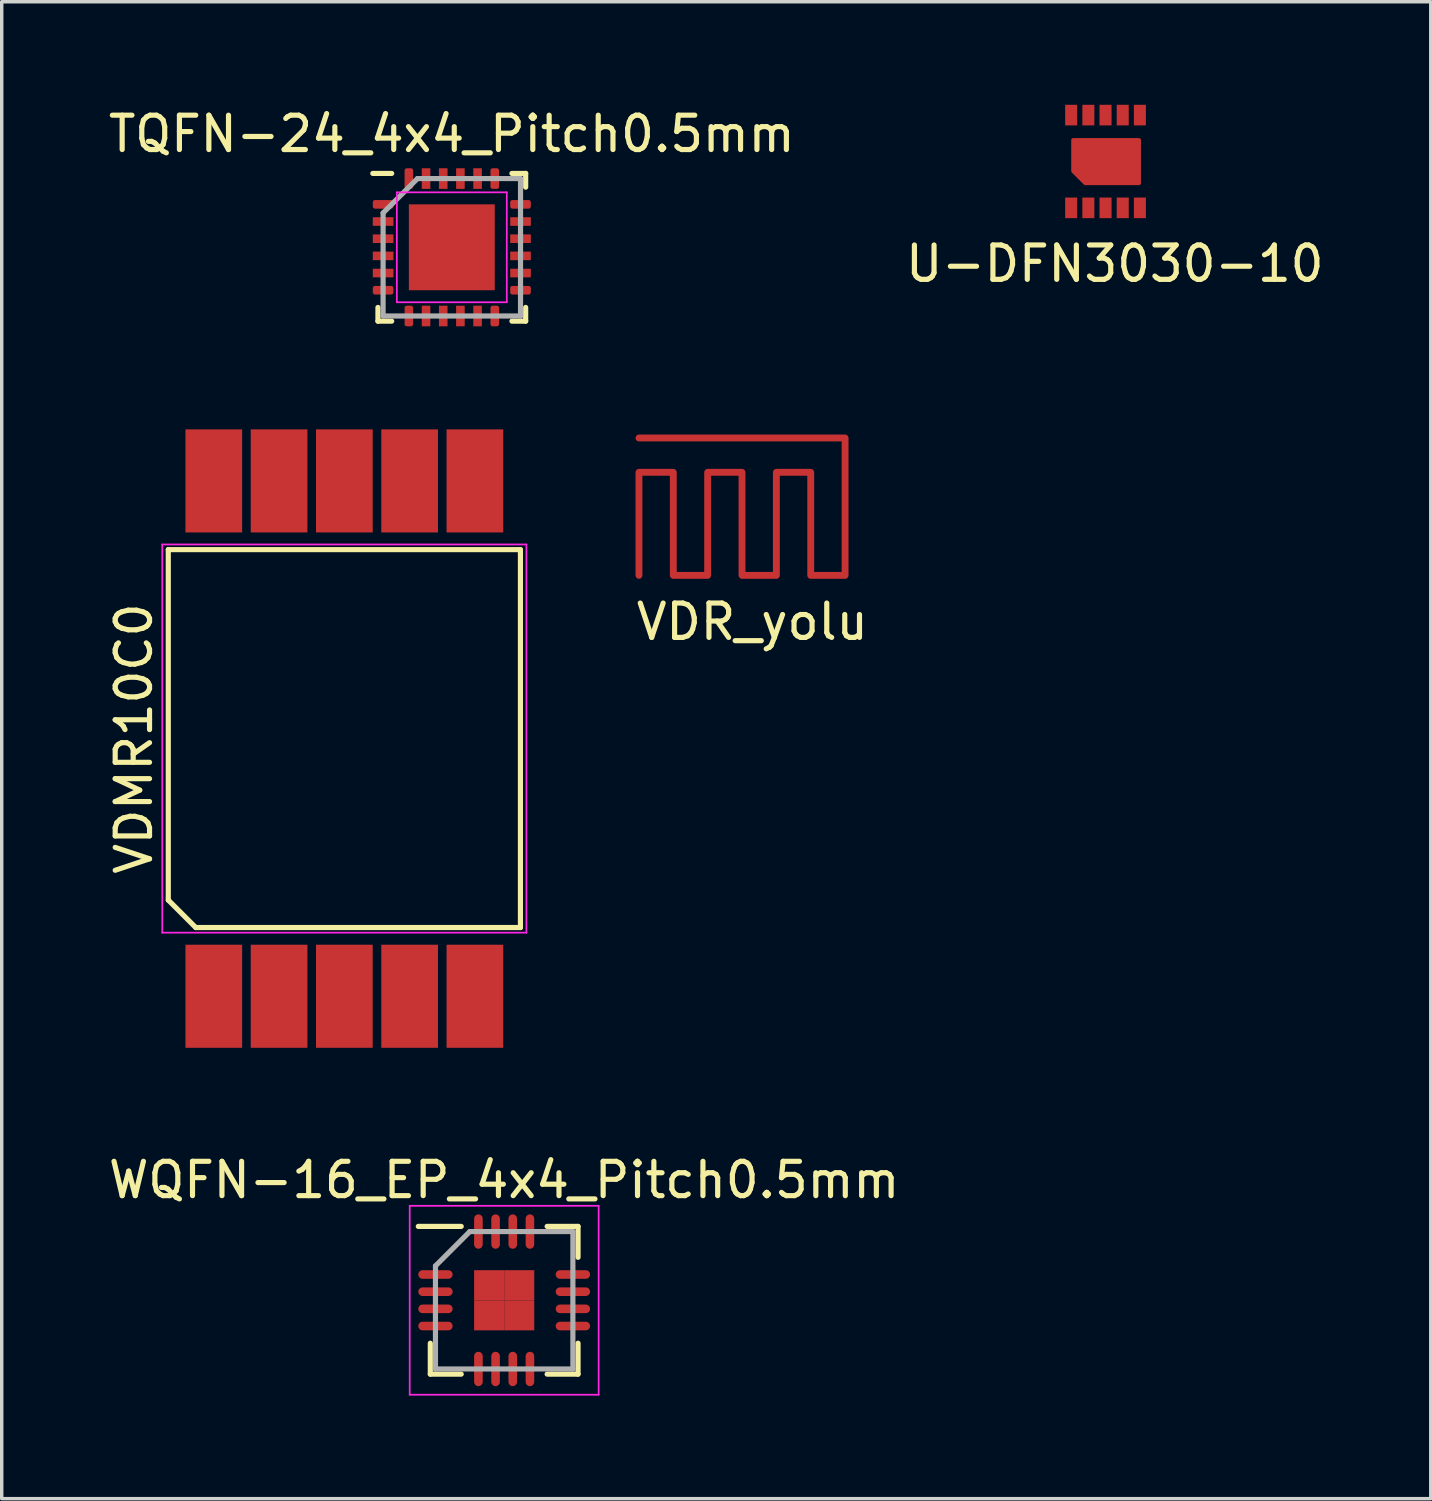
<source format=kicad_pcb>
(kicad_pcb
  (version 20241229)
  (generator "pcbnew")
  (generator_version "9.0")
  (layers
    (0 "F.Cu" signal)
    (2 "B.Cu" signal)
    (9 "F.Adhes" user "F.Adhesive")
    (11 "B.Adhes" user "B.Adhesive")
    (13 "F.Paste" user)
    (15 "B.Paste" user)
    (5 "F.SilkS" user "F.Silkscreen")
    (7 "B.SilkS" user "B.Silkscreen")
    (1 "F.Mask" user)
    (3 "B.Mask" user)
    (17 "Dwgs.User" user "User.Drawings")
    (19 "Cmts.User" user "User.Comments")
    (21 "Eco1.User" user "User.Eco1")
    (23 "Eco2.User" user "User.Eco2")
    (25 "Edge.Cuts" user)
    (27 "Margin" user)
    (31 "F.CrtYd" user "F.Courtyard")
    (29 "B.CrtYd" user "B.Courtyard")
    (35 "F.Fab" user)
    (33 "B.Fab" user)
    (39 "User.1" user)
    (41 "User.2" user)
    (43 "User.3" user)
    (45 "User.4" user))
  (footprint "U-DFN3030-10"
    (layer "F.Cu")
    (at 28.129 3)
    (property "Reference" "U-DFN3030-10" (at 1.27 1.626 0) (layer "F.SilkS") (effects (font (size 1 1) (thickness 0.15))))
    (attr through_hole)
    (pad "1" smd rect (at 0 0) (size 0.35 0.6) (layers "F.Cu" "F.Mask" "F.Paste"))
    (pad "2" smd rect (at 0.5 0) (size 0.35 0.6) (layers "F.Cu" "F.Mask" "F.Paste"))
    (pad "3" smd rect (at 1 0) (size 0.35 0.6) (layers "F.Cu" "F.Mask" "F.Paste"))
    (pad "4" smd rect (at 1.5 0) (size 0.35 0.6) (layers "F.Cu" "F.Mask" "F.Paste"))
    (pad "5" smd custom (at 1 -1.35) (size 0.35 0.6) (layers "F.Cu" "F.Mask" "F.Paste") (options (anchor rect)) (primitives (gr_poly (pts (xy 0.981 -0.631) (xy 0.981 0.639) (xy -0.594 0.639) (xy -0.949 0.283) (xy -0.949 -0.631)) (width 0.1) (fill yes))))
    (pad "5" smd rect (at 2 0) (size 0.35 0.6) (layers "F.Cu" "F.Mask" "F.Paste"))
    (pad "6" smd rect (at 2 -2.7) (size 0.35 0.6) (layers "F.Cu" "F.Mask" "F.Paste"))
    (pad "7" smd rect (at 1.5 -2.7) (size 0.35 0.6) (layers "F.Cu" "F.Mask" "F.Paste"))
    (pad "8" smd rect (at 1 -2.7) (size 0.35 0.6) (layers "F.Cu" "F.Mask" "F.Paste"))
    (pad "9" smd rect (at 0.5 -2.7) (size 0.35 0.6) (layers "F.Cu" "F.Mask" "F.Paste"))
    (pad "10" smd rect (at 0 -2.7) (size 0.35 0.6) (layers "F.Cu" "F.Mask" "F.Paste")))
  (footprint "VDR_yolu"
    (layer "F.Cu")
    (at 15.548 9.698)
    (property "Reference" "VDR_yolu" (at 3.3 5.35 0) (layer "F.SilkS") (effects (font (size 1 1) (thickness 0.15))))
    (attr through_hole)
    (pad "1" smd custom (at 0 0) (size 0.2 0.2) (layers "F.Cu" "F.Mask" "F.Paste") (options (anchor circle)) (primitives (gr_line (start 6 0) (end 6 4) (width 0.2)) (gr_line (start 4 1) (end 4 4) (width 0.2)) (gr_line (start 5 1) (end 4 1) (width 0.2)) (gr_line (start 5 4) (end 5 1) (width 0.2)) (gr_line (start 0 0) (end 6 0) (width 0.2)) (gr_line (start 6 4) (end 5 4) (width 0.2)) (gr_line (start 1 4) (end 1 1) (width 0.2)) (gr_line (start 1 1) (end 0 1) (width 0.2)) (gr_line (start 0 1) (end 0 4) (width 0.2)) (gr_line (start 2 4) (end 1 4) (width 0.2)) (gr_line (start 3 1) (end 2 1) (width 0.2)) (gr_line (start 3 4) (end 3 1) (width 0.2)) (gr_line (start 2 1) (end 2 4) (width 0.2)) (gr_line (start 4 4) (end 3 4) (width 0.2)))))
  (footprint "VDMR10C0"
    (layer "F.Cu")
    (at 6.973 18.448)
    (property "Reference" "VDMR10C0" (at -6.125 0 90) (layer "F.SilkS") (effects (font (size 1 1) (thickness 0.15))))
    (attr smd)
    (fp_line (start -5.125 -5.5) (end 5.125 -5.5) (stroke (width 0.15) (type solid)) (layer "F.SilkS"))
    (fp_line (start -5.125 4.7) (end -5.125 -5.5) (stroke (width 0.15) (type solid)) (layer "F.SilkS"))
    (fp_line (start -4.325 5.5) (end -5.125 4.7) (stroke (width 0.15) (type solid)) (layer "F.SilkS"))
    (fp_line (start 5.125 -5.5) (end 5.125 5.5) (stroke (width 0.15) (type solid)) (layer "F.SilkS"))
    (fp_line (start 5.125 5.5) (end -4.325 5.5) (stroke (width 0.15) (type solid)) (layer "F.SilkS"))
    (fp_line (start -5.3 -5.65) (end 5.3 -5.65) (stroke (width 0.05) (type solid)) (layer "F.CrtYd"))
    (fp_line (start -5.3 5.65) (end -5.3 -5.65) (stroke (width 0.05) (type solid)) (layer "F.CrtYd"))
    (fp_line (start 5.3 -5.65) (end 5.3 5.65) (stroke (width 0.05) (type solid)) (layer "F.CrtYd"))
    (fp_line (start 5.3 5.65) (end -5.3 5.65) (stroke (width 0.05) (type solid)) (layer "F.CrtYd"))
    (pad "1" smd rect (at -3.8 7.5) (size 1.65 3) (layers "F.Cu" "F.Mask" "F.Paste"))
    (pad "2" smd rect (at -1.9 7.5) (size 1.65 3) (layers "F.Cu" "F.Mask" "F.Paste"))
    (pad "3" smd rect (at 0 7.5) (size 1.65 3) (layers "F.Cu" "F.Mask" "F.Paste"))
    (pad "4" smd rect (at 1.9 7.5) (size 1.65 3) (layers "F.Cu" "F.Mask" "F.Paste"))
    (pad "5" smd rect (at 3.8 7.5) (size 1.65 3) (layers "F.Cu" "F.Mask" "F.Paste"))
    (pad "6" smd rect (at 3.8 -7.5) (size 1.65 3) (layers "F.Cu" "F.Mask" "F.Paste"))
    (pad "7" smd rect (at 1.9 -7.5) (size 1.65 3) (layers "F.Cu" "F.Mask" "F.Paste"))
    (pad "8" smd rect (at 0 -7.5) (size 1.65 3) (layers "F.Cu" "F.Mask" "F.Paste"))
    (pad "9" smd rect (at -1.9 -7.5) (size 1.65 3) (layers "F.Cu" "F.Mask" "F.Paste"))
    (pad "10" smd rect (at -3.8 -7.5) (size 1.65 3) (layers "F.Cu" "F.Mask" "F.Paste")))
  (footprint "WQFN-16_EP_4x4_Pitch0.5mm"
    (layer "F.Cu")
    (at 11.625 34.797)
    (property "Reference" "WQFN-16_EP_4x4_Pitch0.5mm" (at 0 -3.5 0) (layer "F.SilkS") (effects (font (size 1 1) (thickness 0.15))))
    (attr smd)
    (fp_line (start -2.15 2.15) (end -2.15 1.25) (stroke (width 0.15) (type solid)) (layer "F.SilkS"))
    (fp_line (start -1.25 -2.15) (end -2.5 -2.15) (stroke (width 0.15) (type solid)) (layer "F.SilkS"))
    (fp_line (start -1.25 2.15) (end -2.15 2.15) (stroke (width 0.15) (type solid)) (layer "F.SilkS"))
    (fp_line (start 1.25 -2.15) (end 2.15 -2.15) (stroke (width 0.15) (type solid)) (layer "F.SilkS"))
    (fp_line (start 1.25 2.15) (end 2.15 2.15) (stroke (width 0.15) (type solid)) (layer "F.SilkS"))
    (fp_line (start 2.15 -2.15) (end 2.15 -1.25) (stroke (width 0.15) (type solid)) (layer "F.SilkS"))
    (fp_line (start 2.15 2.15) (end 2.15 1.25) (stroke (width 0.15) (type solid)) (layer "F.SilkS"))
    (fp_line (start -2.75 -2.75) (end 2.75 -2.75) (stroke (width 0.05) (type solid)) (layer "F.CrtYd"))
    (fp_line (start -2.75 2.75) (end -2.75 -2.75) (stroke (width 0.05) (type solid)) (layer "F.CrtYd"))
    (fp_line (start 2.75 -2.75) (end 2.75 2.75) (stroke (width 0.05) (type solid)) (layer "F.CrtYd"))
    (fp_line (start 2.75 2.75) (end -2.75 2.75) (stroke (width 0.05) (type solid)) (layer "F.CrtYd"))
    (fp_line (start -2 -1) (end -2 2) (stroke (width 0.15) (type solid)) (layer "F.Fab"))
    (fp_line (start -2 2) (end 2 2) (stroke (width 0.15) (type solid)) (layer "F.Fab"))
    (fp_line (start -1 -2) (end -2 -1) (stroke (width 0.15) (type solid)) (layer "F.Fab"))
    (fp_line (start 2 -2) (end -1 -2) (stroke (width 0.15) (type solid)) (layer "F.Fab"))
    (fp_line (start 2 2) (end 2 -2) (stroke (width 0.15) (type solid)) (layer "F.Fab"))
    (pad "1" smd oval (at -2 -0.75 90) (size 0.25 1) (layers "F.Cu" "F.Mask" "F.Paste"))
    (pad "2" smd oval (at -2 -0.25 90) (size 0.25 1) (layers "F.Cu" "F.Mask" "F.Paste"))
    (pad "3" smd oval (at -2 0.25 90) (size 0.25 1) (layers "F.Cu" "F.Mask" "F.Paste"))
    (pad "4" smd oval (at -2 0.75 90) (size 0.25 1) (layers "F.Cu" "F.Mask" "F.Paste"))
    (pad "5" smd oval (at -0.75 2) (size 0.25 1) (layers "F.Cu" "F.Mask" "F.Paste"))
    (pad "6" smd oval (at -0.25 2) (size 0.25 1) (layers "F.Cu" "F.Mask" "F.Paste"))
    (pad "7" smd oval (at 0.25 2) (size 0.25 1) (layers "F.Cu" "F.Mask" "F.Paste"))
    (pad "8" smd oval (at 0.75 2) (size 0.25 1) (layers "F.Cu" "F.Mask" "F.Paste"))
    (pad "9" smd oval (at 2 0.75 90) (size 0.25 1) (layers "F.Cu" "F.Mask" "F.Paste"))
    (pad "10" smd oval (at 2 0.25 90) (size 0.25 1) (layers "F.Cu" "F.Mask" "F.Paste"))
    (pad "11" smd oval (at 2 -0.25 90) (size 0.25 1) (layers "F.Cu" "F.Mask" "F.Paste"))
    (pad "12" smd oval (at 2 -0.75 90) (size 0.25 1) (layers "F.Cu" "F.Mask" "F.Paste"))
    (pad "13" smd oval (at 0.75 -2) (size 0.25 1) (layers "F.Cu" "F.Mask" "F.Paste"))
    (pad "14" smd oval (at 0.25 -2) (size 0.25 1) (layers "F.Cu" "F.Mask" "F.Paste"))
    (pad "15" smd oval (at -0.25 -2) (size 0.25 1) (layers "F.Cu" "F.Mask" "F.Paste"))
    (pad "16" smd oval (at -0.75 -2) (size 0.25 1) (layers "F.Cu" "F.Mask" "F.Paste"))
    (pad "17" smd rect (at -0.438 -0.438) (size 0.875 0.875) (layers "F.Cu" "F.Mask" "F.Paste"))
    (pad "17" smd rect (at -0.438 0.438) (size 0.875 0.875) (layers "F.Cu" "F.Mask" "F.Paste"))
    (pad "17" smd rect (at 0.438 -0.438) (size 0.875 0.875) (layers "F.Cu" "F.Mask" "F.Paste"))
    (pad "17" smd rect (at 0.438 0.438) (size 0.875 0.875) (layers "F.Cu" "F.Mask" "F.Paste")))
  (footprint "TQFN-24_4x4_Pitch0.5mm"
    (layer "F.Cu")
    (at 10.101 4.148)
    (property "Reference" "TQFN-24_4x4_Pitch0.5mm" (at 0 -3.3 0) (layer "F.SilkS") (effects (font (size 1 1) (thickness 0.15))))
    (attr smd)
    (fp_line (start -2.15 2.15) (end -2.15 1.75) (stroke (width 0.15) (type solid)) (layer "F.SilkS"))
    (fp_line (start -1.75 -2.15) (end -2.3 -2.15) (stroke (width 0.15) (type solid)) (layer "F.SilkS"))
    (fp_line (start -1.75 2.15) (end -2.15 2.15) (stroke (width 0.15) (type solid)) (layer "F.SilkS"))
    (fp_line (start 1.75 -2.15) (end 2.15 -2.15) (stroke (width 0.15) (type solid)) (layer "F.SilkS"))
    (fp_line (start 1.75 2.15) (end 2.15 2.15) (stroke (width 0.15) (type solid)) (layer "F.SilkS"))
    (fp_line (start 2.15 -2.15) (end 2.15 -1.75) (stroke (width 0.15) (type solid)) (layer "F.SilkS"))
    (fp_line (start 2.15 2.15) (end 2.15 1.75) (stroke (width 0.15) (type solid)) (layer "F.SilkS"))
    (fp_line (start -1.6 -1.6) (end 1.6 -1.6) (stroke (width 0.05) (type solid)) (layer "F.CrtYd"))
    (fp_line (start -1.6 1.6) (end -1.6 -1.6) (stroke (width 0.05) (type solid)) (layer "F.CrtYd"))
    (fp_line (start 1.6 -1.6) (end 1.6 1.6) (stroke (width 0.05) (type solid)) (layer "F.CrtYd"))
    (fp_line (start 1.6 1.6) (end -1.6 1.6) (stroke (width 0.05) (type solid)) (layer "F.CrtYd"))
    (fp_line (start -2 -1) (end -2 2) (stroke (width 0.15) (type solid)) (layer "F.Fab"))
    (fp_line (start -2 2) (end 2 2) (stroke (width 0.15) (type solid)) (layer "F.Fab"))
    (fp_line (start -1 -2) (end -2 -1) (stroke (width 0.15) (type solid)) (layer "F.Fab"))
    (fp_line (start 2 -2) (end -1 -2) (stroke (width 0.15) (type solid)) (layer "F.Fab"))
    (fp_line (start 2 2) (end 2 -2) (stroke (width 0.15) (type solid)) (layer "F.Fab"))
    (pad "1" smd roundrect (at -2 -1.25 90) (size 0.25 0.6) (layers "F.Cu" "F.Mask" "F.Paste") (roundrect_rratio 0.25))
    (pad "2" smd rect (at -2 -0.75 90) (size 0.25 0.6) (layers "F.Cu" "F.Mask" "F.Paste"))
    (pad "3" smd rect (at -2 -0.25 90) (size 0.25 0.6) (layers "F.Cu" "F.Mask" "F.Paste"))
    (pad "3" smd rect (at 0 0) (size 2.5 2.5) (layers "F.Cu" "F.Mask" "F.Paste"))
    (pad "4" smd rect (at -2 0.25 90) (size 0.25 0.6) (layers "F.Cu" "F.Mask" "F.Paste"))
    (pad "5" smd rect (at -2 0.75 90) (size 0.25 0.6) (layers "F.Cu" "F.Mask" "F.Paste"))
    (pad "6" smd roundrect (at -2 1.25 90) (size 0.25 0.6) (layers "F.Cu" "F.Mask" "F.Paste") (roundrect_rratio 0.25))
    (pad "7" smd roundrect (at -1.25 2) (size 0.25 0.6) (layers "F.Cu" "F.Mask" "F.Paste") (roundrect_rratio 0.25))
    (pad "8" smd rect (at -0.75 2) (size 0.25 0.6) (layers "F.Cu" "F.Mask" "F.Paste"))
    (pad "9" smd rect (at -0.25 2) (size 0.25 0.6) (layers "F.Cu" "F.Mask" "F.Paste"))
    (pad "10" smd rect (at 0.25 2) (size 0.25 0.6) (layers "F.Cu" "F.Mask" "F.Paste"))
    (pad "11" smd rect (at 0.75 2) (size 0.25 0.6) (layers "F.Cu" "F.Mask" "F.Paste"))
    (pad "12" smd roundrect (at 1.25 2) (size 0.25 0.6) (layers "F.Cu" "F.Mask" "F.Paste") (roundrect_rratio 0.25))
    (pad "13" smd roundrect (at 2 1.25 90) (size 0.25 0.6) (layers "F.Cu" "F.Mask" "F.Paste") (roundrect_rratio 0.25))
    (pad "14" smd rect (at 2 0.75 90) (size 0.25 0.6) (layers "F.Cu" "F.Mask" "F.Paste"))
    (pad "15" smd rect (at 2 0.25 90) (size 0.25 0.6) (layers "F.Cu" "F.Mask" "F.Paste"))
    (pad "16" smd rect (at 2 -0.25 90) (size 0.25 0.6) (layers "F.Cu" "F.Mask" "F.Paste"))
    (pad "17" smd rect (at 2 -0.75 90) (size 0.25 0.6) (layers "F.Cu" "F.Mask" "F.Paste"))
    (pad "18" smd roundrect (at 2 -1.25 90) (size 0.25 0.6) (layers "F.Cu" "F.Mask" "F.Paste") (roundrect_rratio 0.25))
    (pad "19" smd roundrect (at 1.25 -2) (size 0.25 0.6) (layers "F.Cu" "F.Mask" "F.Paste") (roundrect_rratio 0.25))
    (pad "20" smd rect (at 0.75 -2) (size 0.25 0.6) (layers "F.Cu" "F.Mask" "F.Paste"))
    (pad "21" smd rect (at 0.25 -2) (size 0.25 0.6) (layers "F.Cu" "F.Mask" "F.Paste"))
    (pad "22" smd rect (at -0.25 -2) (size 0.25 0.6) (layers "F.Cu" "F.Mask" "F.Paste"))
    (pad "23" smd rect (at -0.75 -2) (size 0.25 0.6) (layers "F.Cu" "F.Mask" "F.Paste"))
    (pad "24" smd roundrect (at -1.25 -2) (size 0.25 0.6) (layers "F.Cu" "F.Mask" "F.Paste") (roundrect_rratio 0.25)))
  (gr_rect
    (start -3 -3)
    (end 38.595 40.572)
    (stroke (width 0.1) (type default))
    (fill no)
    (layer "Edge.Cuts")))
</source>
